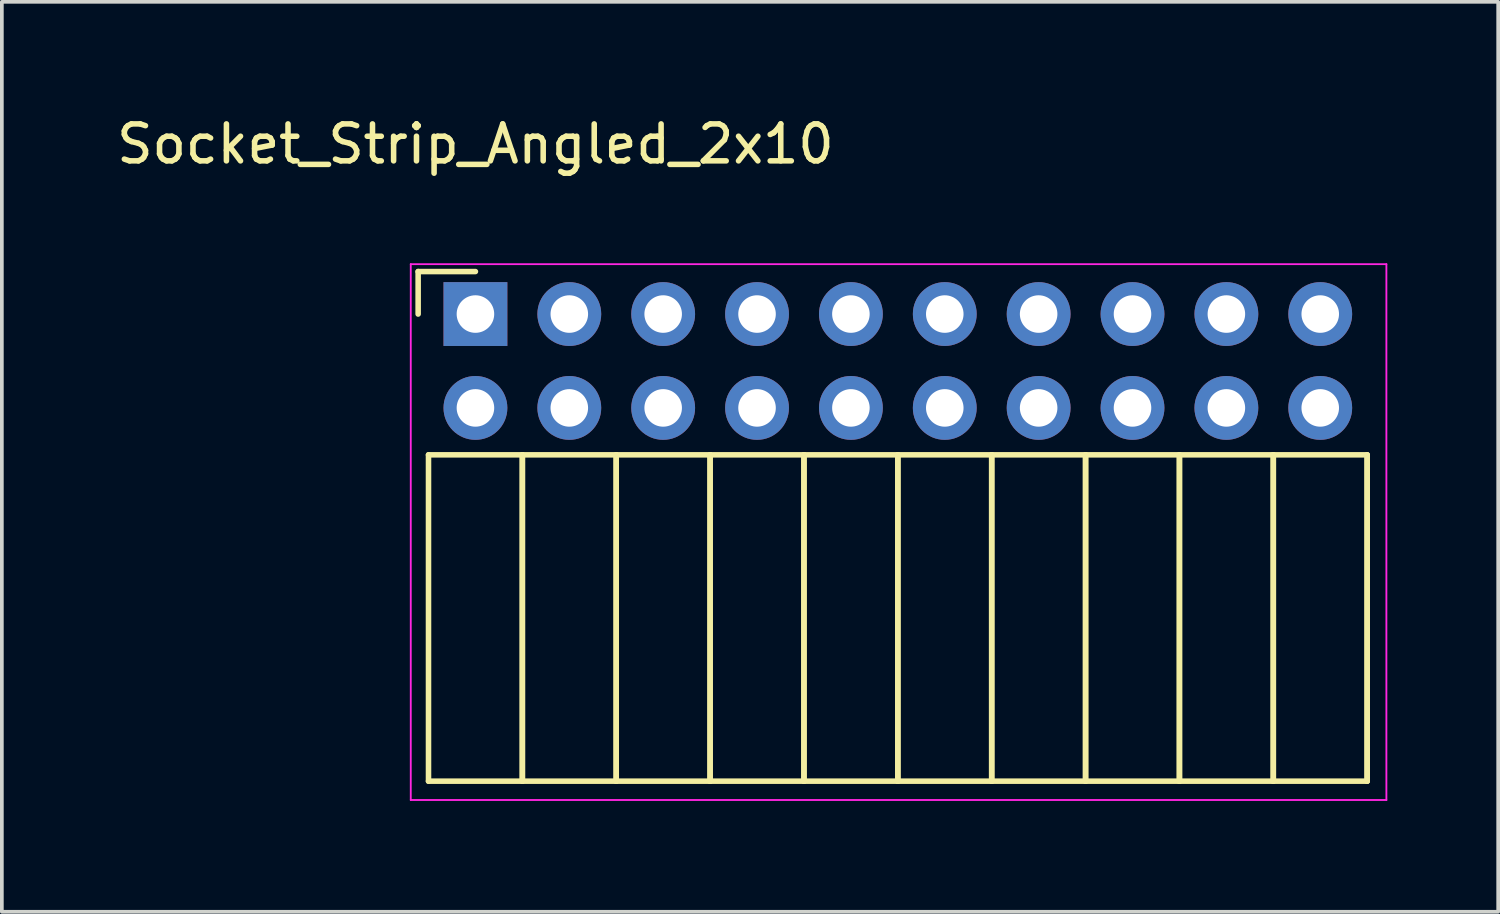
<source format=kicad_pcb>
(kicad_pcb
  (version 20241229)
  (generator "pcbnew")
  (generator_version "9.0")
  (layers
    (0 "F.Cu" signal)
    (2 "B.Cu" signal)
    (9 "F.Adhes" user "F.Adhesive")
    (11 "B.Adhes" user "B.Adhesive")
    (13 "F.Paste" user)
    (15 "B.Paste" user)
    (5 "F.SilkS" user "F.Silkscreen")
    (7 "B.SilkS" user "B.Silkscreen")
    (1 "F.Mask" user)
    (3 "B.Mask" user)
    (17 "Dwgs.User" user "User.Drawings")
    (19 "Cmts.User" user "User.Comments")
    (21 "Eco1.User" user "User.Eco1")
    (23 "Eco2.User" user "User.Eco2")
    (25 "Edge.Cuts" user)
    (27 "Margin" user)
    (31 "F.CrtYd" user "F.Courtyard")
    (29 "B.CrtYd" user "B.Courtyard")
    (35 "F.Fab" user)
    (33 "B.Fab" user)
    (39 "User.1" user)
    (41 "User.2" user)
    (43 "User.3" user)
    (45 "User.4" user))
  (footprint "Socket_Strip_Angled_2x10"
    (layer "F.Cu")
    (at 9.815 5.448)
    (property "Reference" "Socket_Strip_Angled_2x10" (at 0 -4.6 0) (layer "F.SilkS") (effects (font (size 1 1) (thickness 0.15))))
    (attr through_hole)
    (fp_line (start -1.55 -1.15) (end -1.55 0) (stroke (width 0.15) (type solid)) (layer "F.SilkS"))
    (fp_line (start -1.27 3.81) (end -1.27 12.64) (stroke (width 0.15) (type solid)) (layer "F.SilkS"))
    (fp_line (start -1.27 3.81) (end 1.27 3.81) (stroke (width 0.15) (type solid)) (layer "F.SilkS"))
    (fp_line (start -1.27 12.64) (end 1.27 12.64) (stroke (width 0.15) (type solid)) (layer "F.SilkS"))
    (fp_line (start 0 -1.15) (end -1.55 -1.15) (stroke (width 0.15) (type solid)) (layer "F.SilkS"))
    (fp_line (start 1.27 3.81) (end 1.27 12.64) (stroke (width 0.15) (type solid)) (layer "F.SilkS"))
    (fp_line (start 1.27 3.81) (end 3.81 3.81) (stroke (width 0.15) (type solid)) (layer "F.SilkS"))
    (fp_line (start 1.27 12.64) (end 1.27 3.81) (stroke (width 0.15) (type solid)) (layer "F.SilkS"))
    (fp_line (start 1.27 12.64) (end 3.81 12.64) (stroke (width 0.15) (type solid)) (layer "F.SilkS"))
    (fp_line (start 3.81 3.81) (end 3.81 12.64) (stroke (width 0.15) (type solid)) (layer "F.SilkS"))
    (fp_line (start 3.81 3.81) (end 6.35 3.81) (stroke (width 0.15) (type solid)) (layer "F.SilkS"))
    (fp_line (start 3.81 12.64) (end 3.81 3.81) (stroke (width 0.15) (type solid)) (layer "F.SilkS"))
    (fp_line (start 3.81 12.64) (end 6.35 12.64) (stroke (width 0.15) (type solid)) (layer "F.SilkS"))
    (fp_line (start 6.35 3.81) (end 6.35 12.64) (stroke (width 0.15) (type solid)) (layer "F.SilkS"))
    (fp_line (start 6.35 3.81) (end 8.89 3.81) (stroke (width 0.15) (type solid)) (layer "F.SilkS"))
    (fp_line (start 6.35 12.64) (end 6.35 3.81) (stroke (width 0.15) (type solid)) (layer "F.SilkS"))
    (fp_line (start 6.35 12.64) (end 8.89 12.64) (stroke (width 0.15) (type solid)) (layer "F.SilkS"))
    (fp_line (start 8.89 3.81) (end 8.89 12.64) (stroke (width 0.15) (type solid)) (layer "F.SilkS"))
    (fp_line (start 8.89 3.81) (end 11.43 3.81) (stroke (width 0.15) (type solid)) (layer "F.SilkS"))
    (fp_line (start 8.89 12.64) (end 8.89 3.81) (stroke (width 0.15) (type solid)) (layer "F.SilkS"))
    (fp_line (start 8.89 12.64) (end 11.43 12.64) (stroke (width 0.15) (type solid)) (layer "F.SilkS"))
    (fp_line (start 11.43 3.81) (end 11.43 12.64) (stroke (width 0.15) (type solid)) (layer "F.SilkS"))
    (fp_line (start 11.43 3.81) (end 13.97 3.81) (stroke (width 0.15) (type solid)) (layer "F.SilkS"))
    (fp_line (start 11.43 12.64) (end 11.43 3.81) (stroke (width 0.15) (type solid)) (layer "F.SilkS"))
    (fp_line (start 11.43 12.64) (end 13.97 12.64) (stroke (width 0.15) (type solid)) (layer "F.SilkS"))
    (fp_line (start 13.97 3.81) (end 13.97 12.64) (stroke (width 0.15) (type solid)) (layer "F.SilkS"))
    (fp_line (start 13.97 3.81) (end 16.51 3.81) (stroke (width 0.15) (type solid)) (layer "F.SilkS"))
    (fp_line (start 13.97 12.64) (end 13.97 3.81) (stroke (width 0.15) (type solid)) (layer "F.SilkS"))
    (fp_line (start 13.97 12.64) (end 16.51 12.64) (stroke (width 0.15) (type solid)) (layer "F.SilkS"))
    (fp_line (start 16.51 3.81) (end 16.51 12.64) (stroke (width 0.15) (type solid)) (layer "F.SilkS"))
    (fp_line (start 16.51 3.81) (end 19.05 3.81) (stroke (width 0.15) (type solid)) (layer "F.SilkS"))
    (fp_line (start 16.51 12.64) (end 16.51 3.81) (stroke (width 0.15) (type solid)) (layer "F.SilkS"))
    (fp_line (start 16.51 12.64) (end 19.05 12.64) (stroke (width 0.15) (type solid)) (layer "F.SilkS"))
    (fp_line (start 19.05 3.81) (end 19.05 12.64) (stroke (width 0.15) (type solid)) (layer "F.SilkS"))
    (fp_line (start 19.05 3.81) (end 21.59 3.81) (stroke (width 0.15) (type solid)) (layer "F.SilkS"))
    (fp_line (start 19.05 12.64) (end 19.05 3.81) (stroke (width 0.15) (type solid)) (layer "F.SilkS"))
    (fp_line (start 19.05 12.64) (end 21.59 12.64) (stroke (width 0.15) (type solid)) (layer "F.SilkS"))
    (fp_line (start 21.59 3.81) (end 21.59 12.64) (stroke (width 0.15) (type solid)) (layer "F.SilkS"))
    (fp_line (start 21.59 3.81) (end 24.13 3.81) (stroke (width 0.15) (type solid)) (layer "F.SilkS"))
    (fp_line (start 21.59 12.64) (end 21.59 3.81) (stroke (width 0.15) (type solid)) (layer "F.SilkS"))
    (fp_line (start 21.59 12.64) (end 24.13 12.64) (stroke (width 0.15) (type solid)) (layer "F.SilkS"))
    (fp_line (start 24.13 3.81) (end 24.13 12.64) (stroke (width 0.15) (type solid)) (layer "F.SilkS"))
    (fp_line (start 24.13 12.64) (end 24.13 3.81) (stroke (width 0.15) (type solid)) (layer "F.SilkS"))
    (fp_line (start -1.75 -1.35) (end -1.75 13.15) (stroke (width 0.05) (type solid)) (layer "F.CrtYd"))
    (fp_line (start -1.75 -1.35) (end 24.65 -1.35) (stroke (width 0.05) (type solid)) (layer "F.CrtYd"))
    (fp_line (start -1.75 13.15) (end 24.65 13.15) (stroke (width 0.05) (type solid)) (layer "F.CrtYd"))
    (fp_line (start 24.65 -1.35) (end 24.65 13.15) (stroke (width 0.05) (type solid)) (layer "F.CrtYd"))
    (pad "1" thru_hole rect (at 0 0) (size 1.727 1.727) (drill 1.016) (layers "*.Cu" "*.Mask"))
    (pad "2" thru_hole oval (at 0 2.54) (size 1.727 1.727) (drill 1.016) (layers "*.Cu" "*.Mask"))
    (pad "3" thru_hole oval (at 2.54 0) (size 1.727 1.727) (drill 1.016) (layers "*.Cu" "*.Mask"))
    (pad "4" thru_hole oval (at 2.54 2.54) (size 1.727 1.727) (drill 1.016) (layers "*.Cu" "*.Mask"))
    (pad "5" thru_hole oval (at 5.08 0) (size 1.727 1.727) (drill 1.016) (layers "*.Cu" "*.Mask"))
    (pad "6" thru_hole oval (at 5.08 2.54) (size 1.727 1.727) (drill 1.016) (layers "*.Cu" "*.Mask"))
    (pad "7" thru_hole oval (at 7.62 0) (size 1.727 1.727) (drill 1.016) (layers "*.Cu" "*.Mask"))
    (pad "8" thru_hole oval (at 7.62 2.54) (size 1.727 1.727) (drill 1.016) (layers "*.Cu" "*.Mask"))
    (pad "9" thru_hole oval (at 10.16 0) (size 1.727 1.727) (drill 1.016) (layers "*.Cu" "*.Mask"))
    (pad "10" thru_hole oval (at 10.16 2.54) (size 1.727 1.727) (drill 1.016) (layers "*.Cu" "*.Mask"))
    (pad "11" thru_hole oval (at 12.7 0) (size 1.727 1.727) (drill 1.016) (layers "*.Cu" "*.Mask"))
    (pad "12" thru_hole oval (at 12.7 2.54) (size 1.727 1.727) (drill 1.016) (layers "*.Cu" "*.Mask"))
    (pad "13" thru_hole oval (at 15.24 0) (size 1.727 1.727) (drill 1.016) (layers "*.Cu" "*.Mask"))
    (pad "14" thru_hole oval (at 15.24 2.54) (size 1.727 1.727) (drill 1.016) (layers "*.Cu" "*.Mask"))
    (pad "15" thru_hole oval (at 17.78 0) (size 1.727 1.727) (drill 1.016) (layers "*.Cu" "*.Mask"))
    (pad "16" thru_hole oval (at 17.78 2.54) (size 1.727 1.727) (drill 1.016) (layers "*.Cu" "*.Mask"))
    (pad "17" thru_hole oval (at 20.32 0) (size 1.727 1.727) (drill 1.016) (layers "*.Cu" "*.Mask"))
    (pad "18" thru_hole oval (at 20.32 2.54) (size 1.727 1.727) (drill 1.016) (layers "*.Cu" "*.Mask"))
    (pad "19" thru_hole oval (at 22.86 0) (size 1.727 1.727) (drill 1.016) (layers "*.Cu" "*.Mask"))
    (pad "20" thru_hole oval (at 22.86 2.54) (size 1.727 1.727) (drill 1.016) (layers "*.Cu" "*.Mask")))
  (gr_rect
    (start -3 -3)
    (end 37.49 21.623)
    (stroke (width 0.1) (type default))
    (fill no)
    (layer "Edge.Cuts")))
</source>
